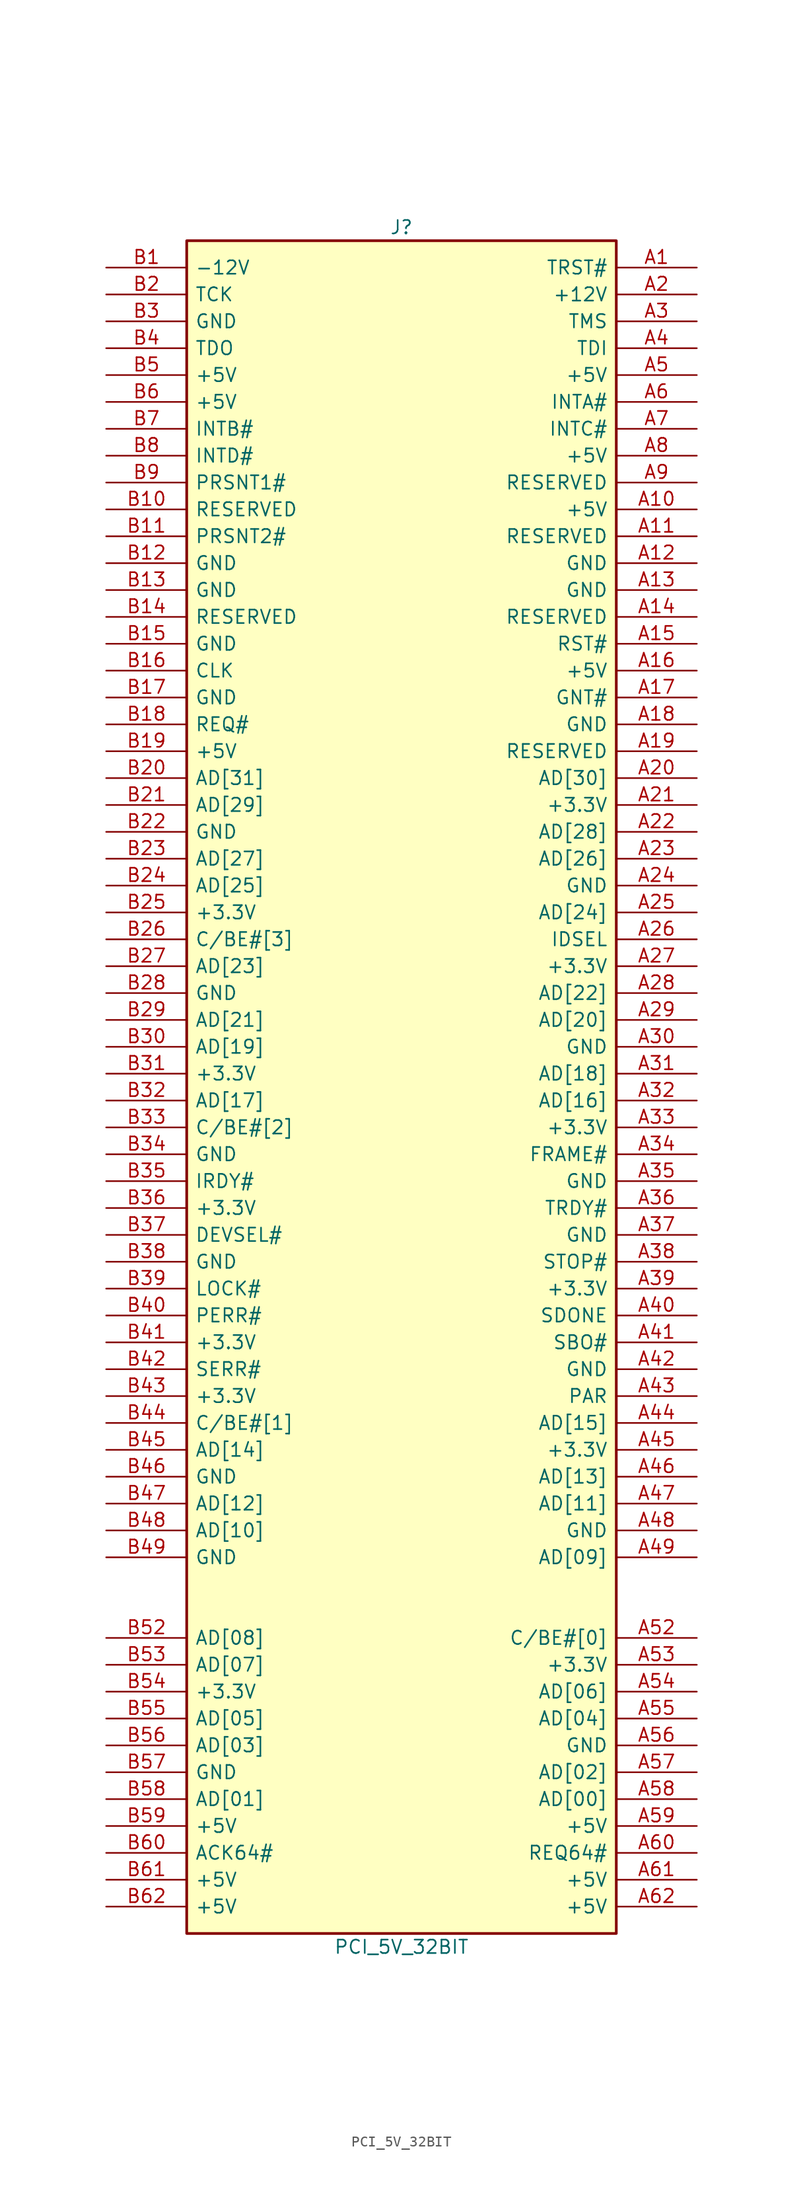
<source format=kicad_sym>
(kicad_symbol_lib
  (version 20211014)
  (generator kicad_symbol_editor)
  (symbol "PCI_5V_32BIT"
    (pin_names
      (offset 0.762))
    (property "Reference" "J"
      (at 0 80.01 0)
      (effects (font (size 1.27 1.27))))
    (property "Value" "PCI_5V_32BIT"
      (at 0 -82.55 0)
      (effects (font (size 1.27 1.27))))
    (symbol "PCI_5V_32BIT_0_1"
      (rectangle (start -20.32 -81.28) (end 20.32 78.74) (stroke (width 0.254) (type default) (color 0 0 0 0)) (fill (type background))))
    (symbol "PCI_5V_32BIT_1_1"
      (pin output line (at 27.94 76.2 180) (length 7.62) (name "TRST#" (effects (font (size 1.27 1.27)))) (number "A1" (effects (font (size 1.27 1.27)))))
      (pin power_in line (at 27.94 53.34 180) (length 7.62) (name "+5V" (effects (font (size 1.27 1.27)))) (number "A10" (effects (font (size 1.27 1.27)))))
      (pin passive line (at 27.94 50.8 180) (length 7.62) (name "RESERVED" (effects (font (size 1.27 1.27)))) (number "A11" (effects (font (size 1.27 1.27)))))
      (pin power_in line (at 27.94 48.26 180) (length 7.62) (name "GND" (effects (font (size 1.27 1.27)))) (number "A12" (effects (font (size 1.27 1.27)))))
      (pin power_in line (at 27.94 45.72 180) (length 7.62) (name "GND" (effects (font (size 1.27 1.27)))) (number "A13" (effects (font (size 1.27 1.27)))))
      (pin passive line (at 27.94 43.18 180) (length 7.62) (name "RESERVED" (effects (font (size 1.27 1.27)))) (number "A14" (effects (font (size 1.27 1.27)))))
      (pin output line (at 27.94 40.64 180) (length 7.62) (name "RST#" (effects (font (size 1.27 1.27)))) (number "A15" (effects (font (size 1.27 1.27)))))
      (pin power_in line (at 27.94 38.1 180) (length 7.62) (name "+5V" (effects (font (size 1.27 1.27)))) (number "A16" (effects (font (size 1.27 1.27)))))
      (pin bidirectional line (at 27.94 35.56 180) (length 7.62) (name "GNT#" (effects (font (size 1.27 1.27)))) (number "A17" (effects (font (size 1.27 1.27)))))
      (pin power_in line (at 27.94 33.02 180) (length 7.62) (name "GND" (effects (font (size 1.27 1.27)))) (number "A18" (effects (font (size 1.27 1.27)))))
      (pin passive line (at 27.94 30.48 180) (length 7.62) (name "RESERVED" (effects (font (size 1.27 1.27)))) (number "A19" (effects (font (size 1.27 1.27)))))
      (pin power_in line (at 27.94 73.66 180) (length 7.62) (name "+12V" (effects (font (size 1.27 1.27)))) (number "A2" (effects (font (size 1.27 1.27)))))
      (pin bidirectional line (at 27.94 27.94 180) (length 7.62) (name "AD[30]" (effects (font (size 1.27 1.27)))) (number "A20" (effects (font (size 1.27 1.27)))))
      (pin power_in line (at 27.94 25.4 180) (length 7.62) (name "+3.3V" (effects (font (size 1.27 1.27)))) (number "A21" (effects (font (size 1.27 1.27)))))
      (pin bidirectional line (at 27.94 22.86 180) (length 7.62) (name "AD[28]" (effects (font (size 1.27 1.27)))) (number "A22" (effects (font (size 1.27 1.27)))))
      (pin bidirectional line (at 27.94 20.32 180) (length 7.62) (name "AD[26]" (effects (font (size 1.27 1.27)))) (number "A23" (effects (font (size 1.27 1.27)))))
      (pin power_in line (at 27.94 17.78 180) (length 7.62) (name "GND" (effects (font (size 1.27 1.27)))) (number "A24" (effects (font (size 1.27 1.27)))))
      (pin bidirectional line (at 27.94 15.24 180) (length 7.62) (name "AD[24]" (effects (font (size 1.27 1.27)))) (number "A25" (effects (font (size 1.27 1.27)))))
      (pin output line (at 27.94 12.7 180) (length 7.62) (name "IDSEL" (effects (font (size 1.27 1.27)))) (number "A26" (effects (font (size 1.27 1.27)))))
      (pin power_in line (at 27.94 10.16 180) (length 7.62) (name "+3.3V" (effects (font (size 1.27 1.27)))) (number "A27" (effects (font (size 1.27 1.27)))))
      (pin bidirectional line (at 27.94 7.62 180) (length 7.62) (name "AD[22]" (effects (font (size 1.27 1.27)))) (number "A28" (effects (font (size 1.27 1.27)))))
      (pin bidirectional line (at 27.94 5.08 180) (length 7.62) (name "AD[20]" (effects (font (size 1.27 1.27)))) (number "A29" (effects (font (size 1.27 1.27)))))
      (pin output line (at 27.94 71.12 180) (length 7.62) (name "TMS" (effects (font (size 1.27 1.27)))) (number "A3" (effects (font (size 1.27 1.27)))))
      (pin power_in line (at 27.94 2.54 180) (length 7.62) (name "GND" (effects (font (size 1.27 1.27)))) (number "A30" (effects (font (size 1.27 1.27)))))
      (pin bidirectional line (at 27.94 0 180) (length 7.62) (name "AD[18]" (effects (font (size 1.27 1.27)))) (number "A31" (effects (font (size 1.27 1.27)))))
      (pin bidirectional line (at 27.94 -2.54 180) (length 7.62) (name "AD[16]" (effects (font (size 1.27 1.27)))) (number "A32" (effects (font (size 1.27 1.27)))))
      (pin power_in line (at 27.94 -5.08 180) (length 7.62) (name "+3.3V" (effects (font (size 1.27 1.27)))) (number "A33" (effects (font (size 1.27 1.27)))))
      (pin bidirectional line (at 27.94 -7.62 180) (length 7.62) (name "FRAME#" (effects (font (size 1.27 1.27)))) (number "A34" (effects (font (size 1.27 1.27)))))
      (pin power_in line (at 27.94 -10.16 180) (length 7.62) (name "GND" (effects (font (size 1.27 1.27)))) (number "A35" (effects (font (size 1.27 1.27)))))
      (pin bidirectional line (at 27.94 -12.7 180) (length 7.62) (name "TRDY#" (effects (font (size 1.27 1.27)))) (number "A36" (effects (font (size 1.27 1.27)))))
      (pin power_in line (at 27.94 -15.24 180) (length 7.62) (name "GND" (effects (font (size 1.27 1.27)))) (number "A37" (effects (font (size 1.27 1.27)))))
      (pin bidirectional line (at 27.94 -17.78 180) (length 7.62) (name "STOP#" (effects (font (size 1.27 1.27)))) (number "A38" (effects (font (size 1.27 1.27)))))
      (pin power_in line (at 27.94 -20.32 180) (length 7.62) (name "+3.3V" (effects (font (size 1.27 1.27)))) (number "A39" (effects (font (size 1.27 1.27)))))
      (pin output line (at 27.94 68.58 180) (length 7.62) (name "TDI" (effects (font (size 1.27 1.27)))) (number "A4" (effects (font (size 1.27 1.27)))))
      (pin bidirectional line (at 27.94 -22.86 180) (length 7.62) (name "SDONE" (effects (font (size 1.27 1.27)))) (number "A40" (effects (font (size 1.27 1.27)))))
      (pin bidirectional line (at 27.94 -25.4 180) (length 7.62) (name "SBO#" (effects (font (size 1.27 1.27)))) (number "A41" (effects (font (size 1.27 1.27)))))
      (pin power_in line (at 27.94 -27.94 180) (length 7.62) (name "GND" (effects (font (size 1.27 1.27)))) (number "A42" (effects (font (size 1.27 1.27)))))
      (pin bidirectional line (at 27.94 -30.48 180) (length 7.62) (name "PAR" (effects (font (size 1.27 1.27)))) (number "A43" (effects (font (size 1.27 1.27)))))
      (pin bidirectional line (at 27.94 -33.02 180) (length 7.62) (name "AD[15]" (effects (font (size 1.27 1.27)))) (number "A44" (effects (font (size 1.27 1.27)))))
      (pin power_in line (at 27.94 -35.56 180) (length 7.62) (name "+3.3V" (effects (font (size 1.27 1.27)))) (number "A45" (effects (font (size 1.27 1.27)))))
      (pin bidirectional line (at 27.94 -38.1 180) (length 7.62) (name "AD[13]" (effects (font (size 1.27 1.27)))) (number "A46" (effects (font (size 1.27 1.27)))))
      (pin bidirectional line (at 27.94 -40.64 180) (length 7.62) (name "AD[11]" (effects (font (size 1.27 1.27)))) (number "A47" (effects (font (size 1.27 1.27)))))
      (pin power_in line (at 27.94 -43.18 180) (length 7.62) (name "GND" (effects (font (size 1.27 1.27)))) (number "A48" (effects (font (size 1.27 1.27)))))
      (pin bidirectional line (at 27.94 -45.72 180) (length 7.62) (name "AD[09]" (effects (font (size 1.27 1.27)))) (number "A49" (effects (font (size 1.27 1.27)))))
      (pin power_in line (at 27.94 66.04 180) (length 7.62) (name "+5V" (effects (font (size 1.27 1.27)))) (number "A5" (effects (font (size 1.27 1.27)))))
      (pin bidirectional line (at 27.94 -53.34 180) (length 7.62) (name "C/BE#[0]" (effects (font (size 1.27 1.27)))) (number "A52" (effects (font (size 1.27 1.27)))))
      (pin power_in line (at 27.94 -55.88 180) (length 7.62) (name "+3.3V" (effects (font (size 1.27 1.27)))) (number "A53" (effects (font (size 1.27 1.27)))))
      (pin bidirectional line (at 27.94 -58.42 180) (length 7.62) (name "AD[06]" (effects (font (size 1.27 1.27)))) (number "A54" (effects (font (size 1.27 1.27)))))
      (pin bidirectional line (at 27.94 -60.96 180) (length 7.62) (name "AD[04]" (effects (font (size 1.27 1.27)))) (number "A55" (effects (font (size 1.27 1.27)))))
      (pin power_in line (at 27.94 -63.5 180) (length 7.62) (name "GND" (effects (font (size 1.27 1.27)))) (number "A56" (effects (font (size 1.27 1.27)))))
      (pin bidirectional line (at 27.94 -66.04 180) (length 7.62) (name "AD[02]" (effects (font (size 1.27 1.27)))) (number "A57" (effects (font (size 1.27 1.27)))))
      (pin bidirectional line (at 27.94 -68.58 180) (length 7.62) (name "AD[00]" (effects (font (size 1.27 1.27)))) (number "A58" (effects (font (size 1.27 1.27)))))
      (pin power_in line (at 27.94 -71.12 180) (length 7.62) (name "+5V" (effects (font (size 1.27 1.27)))) (number "A59" (effects (font (size 1.27 1.27)))))
      (pin input line (at 27.94 63.5 180) (length 7.62) (name "INTA#" (effects (font (size 1.27 1.27)))) (number "A6" (effects (font (size 1.27 1.27)))))
      (pin bidirectional line (at 27.94 -73.66 180) (length 7.62) (name "REQ64#" (effects (font (size 1.27 1.27)))) (number "A60" (effects (font (size 1.27 1.27)))))
      (pin power_in line (at 27.94 -76.2 180) (length 7.62) (name "+5V" (effects (font (size 1.27 1.27)))) (number "A61" (effects (font (size 1.27 1.27)))))
      (pin power_in line (at 27.94 -78.74 180) (length 7.62) (name "+5V" (effects (font (size 1.27 1.27)))) (number "A62" (effects (font (size 1.27 1.27)))))
      (pin input line (at 27.94 60.96 180) (length 7.62) (name "INTC#" (effects (font (size 1.27 1.27)))) (number "A7" (effects (font (size 1.27 1.27)))))
      (pin power_in line (at 27.94 58.42 180) (length 7.62) (name "+5V" (effects (font (size 1.27 1.27)))) (number "A8" (effects (font (size 1.27 1.27)))))
      (pin passive line (at 27.94 55.88 180) (length 7.62) (name "RESERVED" (effects (font (size 1.27 1.27)))) (number "A9" (effects (font (size 1.27 1.27)))))
      (pin power_in line (at -27.94 76.2 0) (length 7.62) (name "-12V" (effects (font (size 1.27 1.27)))) (number "B1" (effects (font (size 1.27 1.27)))))
      (pin passive line (at -27.94 53.34 0) (length 7.62) (name "RESERVED" (effects (font (size 1.27 1.27)))) (number "B10" (effects (font (size 1.27 1.27)))))
      (pin input line (at -27.94 50.8 0) (length 7.62) (name "PRSNT2#" (effects (font (size 1.27 1.27)))) (number "B11" (effects (font (size 1.27 1.27)))))
      (pin power_in line (at -27.94 48.26 0) (length 7.62) (name "GND" (effects (font (size 1.27 1.27)))) (number "B12" (effects (font (size 1.27 1.27)))))
      (pin power_in line (at -27.94 45.72 0) (length 7.62) (name "GND" (effects (font (size 1.27 1.27)))) (number "B13" (effects (font (size 1.27 1.27)))))
      (pin passive line (at -27.94 43.18 0) (length 7.62) (name "RESERVED" (effects (font (size 1.27 1.27)))) (number "B14" (effects (font (size 1.27 1.27)))))
      (pin power_in line (at -27.94 40.64 0) (length 7.62) (name "GND" (effects (font (size 1.27 1.27)))) (number "B15" (effects (font (size 1.27 1.27)))))
      (pin output line (at -27.94 38.1 0) (length 7.62) (name "CLK" (effects (font (size 1.27 1.27)))) (number "B16" (effects (font (size 1.27 1.27)))))
      (pin power_in line (at -27.94 35.56 0) (length 7.62) (name "GND" (effects (font (size 1.27 1.27)))) (number "B17" (effects (font (size 1.27 1.27)))))
      (pin bidirectional line (at -27.94 33.02 0) (length 7.62) (name "REQ#" (effects (font (size 1.27 1.27)))) (number "B18" (effects (font (size 1.27 1.27)))))
      (pin power_in line (at -27.94 30.48 0) (length 7.62) (name "+5V" (effects (font (size 1.27 1.27)))) (number "B19" (effects (font (size 1.27 1.27)))))
      (pin output line (at -27.94 73.66 0) (length 7.62) (name "TCK" (effects (font (size 1.27 1.27)))) (number "B2" (effects (font (size 1.27 1.27)))))
      (pin bidirectional line (at -27.94 27.94 0) (length 7.62) (name "AD[31]" (effects (font (size 1.27 1.27)))) (number "B20" (effects (font (size 1.27 1.27)))))
      (pin bidirectional line (at -27.94 25.4 0) (length 7.62) (name "AD[29]" (effects (font (size 1.27 1.27)))) (number "B21" (effects (font (size 1.27 1.27)))))
      (pin power_in line (at -27.94 22.86 0) (length 7.62) (name "GND" (effects (font (size 1.27 1.27)))) (number "B22" (effects (font (size 1.27 1.27)))))
      (pin bidirectional line (at -27.94 20.32 0) (length 7.62) (name "AD[27]" (effects (font (size 1.27 1.27)))) (number "B23" (effects (font (size 1.27 1.27)))))
      (pin bidirectional line (at -27.94 17.78 0) (length 7.62) (name "AD[25]" (effects (font (size 1.27 1.27)))) (number "B24" (effects (font (size 1.27 1.27)))))
      (pin power_in line (at -27.94 15.24 0) (length 7.62) (name "+3.3V" (effects (font (size 1.27 1.27)))) (number "B25" (effects (font (size 1.27 1.27)))))
      (pin bidirectional line (at -27.94 12.7 0) (length 7.62) (name "C/BE#[3]" (effects (font (size 1.27 1.27)))) (number "B26" (effects (font (size 1.27 1.27)))))
      (pin bidirectional line (at -27.94 10.16 0) (length 7.62) (name "AD[23]" (effects (font (size 1.27 1.27)))) (number "B27" (effects (font (size 1.27 1.27)))))
      (pin power_in line (at -27.94 7.62 0) (length 7.62) (name "GND" (effects (font (size 1.27 1.27)))) (number "B28" (effects (font (size 1.27 1.27)))))
      (pin bidirectional line (at -27.94 5.08 0) (length 7.62) (name "AD[21]" (effects (font (size 1.27 1.27)))) (number "B29" (effects (font (size 1.27 1.27)))))
      (pin input line (at -27.94 71.12 0) (length 7.62) (name "GND" (effects (font (size 1.27 1.27)))) (number "B3" (effects (font (size 1.27 1.27)))))
      (pin bidirectional line (at -27.94 2.54 0) (length 7.62) (name "AD[19]" (effects (font (size 1.27 1.27)))) (number "B30" (effects (font (size 1.27 1.27)))))
      (pin power_in line (at -27.94 0 0) (length 7.62) (name "+3.3V" (effects (font (size 1.27 1.27)))) (number "B31" (effects (font (size 1.27 1.27)))))
      (pin bidirectional line (at -27.94 -2.54 0) (length 7.62) (name "AD[17]" (effects (font (size 1.27 1.27)))) (number "B32" (effects (font (size 1.27 1.27)))))
      (pin bidirectional line (at -27.94 -5.08 0) (length 7.62) (name "C/BE#[2]" (effects (font (size 1.27 1.27)))) (number "B33" (effects (font (size 1.27 1.27)))))
      (pin power_in line (at -27.94 -7.62 0) (length 7.62) (name "GND" (effects (font (size 1.27 1.27)))) (number "B34" (effects (font (size 1.27 1.27)))))
      (pin bidirectional line (at -27.94 -10.16 0) (length 7.62) (name "IRDY#" (effects (font (size 1.27 1.27)))) (number "B35" (effects (font (size 1.27 1.27)))))
      (pin power_in line (at -27.94 -12.7 0) (length 7.62) (name "+3.3V" (effects (font (size 1.27 1.27)))) (number "B36" (effects (font (size 1.27 1.27)))))
      (pin bidirectional line (at -27.94 -15.24 0) (length 7.62) (name "DEVSEL#" (effects (font (size 1.27 1.27)))) (number "B37" (effects (font (size 1.27 1.27)))))
      (pin power_in line (at -27.94 -17.78 0) (length 7.62) (name "GND" (effects (font (size 1.27 1.27)))) (number "B38" (effects (font (size 1.27 1.27)))))
      (pin bidirectional line (at -27.94 -20.32 0) (length 7.62) (name "LOCK#" (effects (font (size 1.27 1.27)))) (number "B39" (effects (font (size 1.27 1.27)))))
      (pin input line (at -27.94 68.58 0) (length 7.62) (name "TDO" (effects (font (size 1.27 1.27)))) (number "B4" (effects (font (size 1.27 1.27)))))
      (pin bidirectional line (at -27.94 -22.86 0) (length 7.62) (name "PERR#" (effects (font (size 1.27 1.27)))) (number "B40" (effects (font (size 1.27 1.27)))))
      (pin power_in line (at -27.94 -25.4 0) (length 7.62) (name "+3.3V" (effects (font (size 1.27 1.27)))) (number "B41" (effects (font (size 1.27 1.27)))))
      (pin input line (at -27.94 -27.94 0) (length 7.62) (name "SERR#" (effects (font (size 1.27 1.27)))) (number "B42" (effects (font (size 1.27 1.27)))))
      (pin power_in line (at -27.94 -30.48 0) (length 7.62) (name "+3.3V" (effects (font (size 1.27 1.27)))) (number "B43" (effects (font (size 1.27 1.27)))))
      (pin bidirectional line (at -27.94 -33.02 0) (length 7.62) (name "C/BE#[1]" (effects (font (size 1.27 1.27)))) (number "B44" (effects (font (size 1.27 1.27)))))
      (pin bidirectional line (at -27.94 -35.56 0) (length 7.62) (name "AD[14]" (effects (font (size 1.27 1.27)))) (number "B45" (effects (font (size 1.27 1.27)))))
      (pin power_in line (at -27.94 -38.1 0) (length 7.62) (name "GND" (effects (font (size 1.27 1.27)))) (number "B46" (effects (font (size 1.27 1.27)))))
      (pin bidirectional line (at -27.94 -40.64 0) (length 7.62) (name "AD[12]" (effects (font (size 1.27 1.27)))) (number "B47" (effects (font (size 1.27 1.27)))))
      (pin bidirectional line (at -27.94 -43.18 0) (length 7.62) (name "AD[10]" (effects (font (size 1.27 1.27)))) (number "B48" (effects (font (size 1.27 1.27)))))
      (pin power_in line (at -27.94 -45.72 0) (length 7.62) (name "GND" (effects (font (size 1.27 1.27)))) (number "B49" (effects (font (size 1.27 1.27)))))
      (pin power_in line (at -27.94 66.04 0) (length 7.62) (name "+5V" (effects (font (size 1.27 1.27)))) (number "B5" (effects (font (size 1.27 1.27)))))
      (pin bidirectional line (at -27.94 -53.34 0) (length 7.62) (name "AD[08]" (effects (font (size 1.27 1.27)))) (number "B52" (effects (font (size 1.27 1.27)))))
      (pin bidirectional line (at -27.94 -55.88 0) (length 7.62) (name "AD[07]" (effects (font (size 1.27 1.27)))) (number "B53" (effects (font (size 1.27 1.27)))))
      (pin input line (at -27.94 -58.42 0) (length 7.62) (name "+3.3V" (effects (font (size 1.27 1.27)))) (number "B54" (effects (font (size 1.27 1.27)))))
      (pin bidirectional line (at -27.94 -60.96 0) (length 7.62) (name "AD[05]" (effects (font (size 1.27 1.27)))) (number "B55" (effects (font (size 1.27 1.27)))))
      (pin bidirectional line (at -27.94 -63.5 0) (length 7.62) (name "AD[03]" (effects (font (size 1.27 1.27)))) (number "B56" (effects (font (size 1.27 1.27)))))
      (pin power_in line (at -27.94 -66.04 0) (length 7.62) (name "GND" (effects (font (size 1.27 1.27)))) (number "B57" (effects (font (size 1.27 1.27)))))
      (pin bidirectional line (at -27.94 -68.58 0) (length 7.62) (name "AD[01]" (effects (font (size 1.27 1.27)))) (number "B58" (effects (font (size 1.27 1.27)))))
      (pin power_in line (at -27.94 -71.12 0) (length 7.62) (name "+5V" (effects (font (size 1.27 1.27)))) (number "B59" (effects (font (size 1.27 1.27)))))
      (pin power_in line (at -27.94 63.5 0) (length 7.62) (name "+5V" (effects (font (size 1.27 1.27)))) (number "B6" (effects (font (size 1.27 1.27)))))
      (pin bidirectional line (at -27.94 -73.66 0) (length 7.62) (name "ACK64#" (effects (font (size 1.27 1.27)))) (number "B60" (effects (font (size 1.27 1.27)))))
      (pin power_in line (at -27.94 -76.2 0) (length 7.62) (name "+5V" (effects (font (size 1.27 1.27)))) (number "B61" (effects (font (size 1.27 1.27)))))
      (pin power_in line (at -27.94 -78.74 0) (length 7.62) (name "+5V" (effects (font (size 1.27 1.27)))) (number "B62" (effects (font (size 1.27 1.27)))))
      (pin input line (at -27.94 60.96 0) (length 7.62) (name "INTB#" (effects (font (size 1.27 1.27)))) (number "B7" (effects (font (size 1.27 1.27)))))
      (pin input line (at -27.94 58.42 0) (length 7.62) (name "INTD#" (effects (font (size 1.27 1.27)))) (number "B8" (effects (font (size 1.27 1.27)))))
      (pin input line (at -27.94 55.88 0) (length 7.62) (name "PRSNT1#" (effects (font (size 1.27 1.27)))) (number "B9" (effects (font (size 1.27 1.27))))))))
</source>
